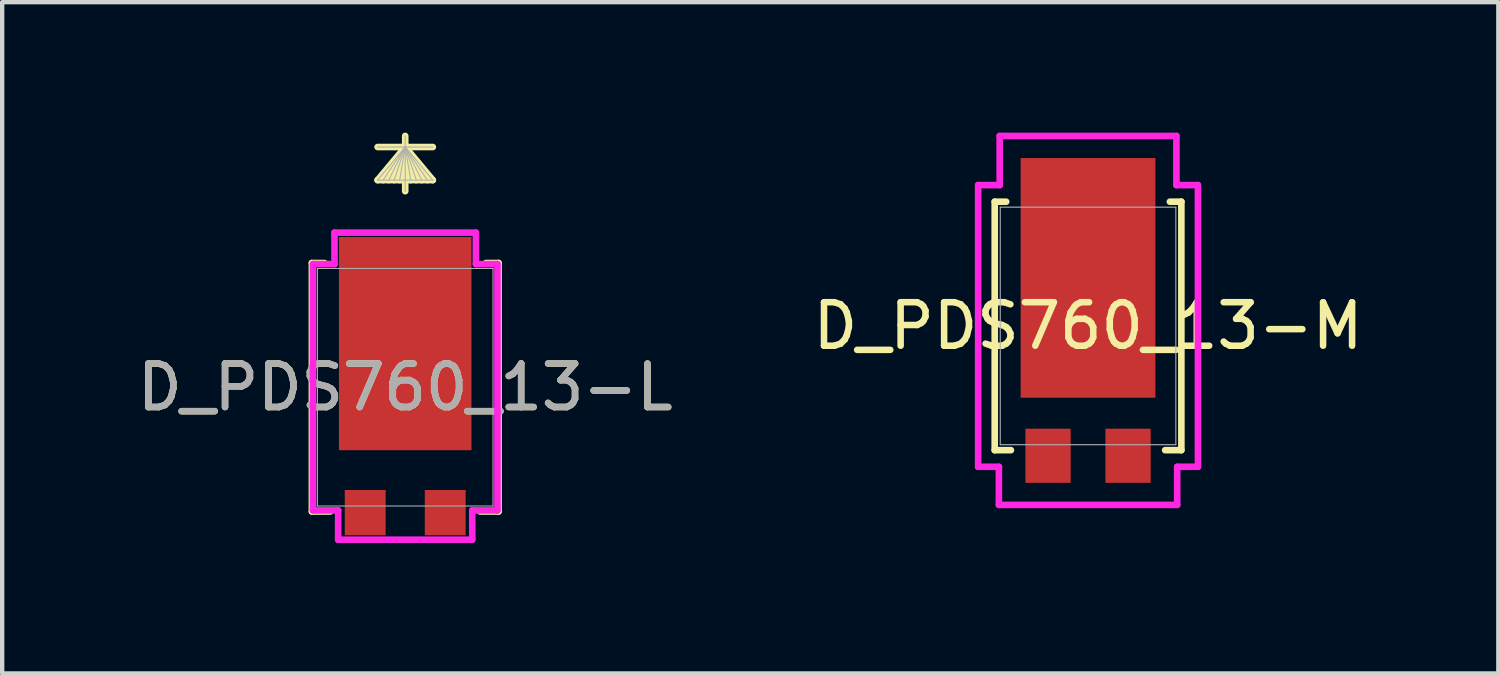
<source format=kicad_pcb>
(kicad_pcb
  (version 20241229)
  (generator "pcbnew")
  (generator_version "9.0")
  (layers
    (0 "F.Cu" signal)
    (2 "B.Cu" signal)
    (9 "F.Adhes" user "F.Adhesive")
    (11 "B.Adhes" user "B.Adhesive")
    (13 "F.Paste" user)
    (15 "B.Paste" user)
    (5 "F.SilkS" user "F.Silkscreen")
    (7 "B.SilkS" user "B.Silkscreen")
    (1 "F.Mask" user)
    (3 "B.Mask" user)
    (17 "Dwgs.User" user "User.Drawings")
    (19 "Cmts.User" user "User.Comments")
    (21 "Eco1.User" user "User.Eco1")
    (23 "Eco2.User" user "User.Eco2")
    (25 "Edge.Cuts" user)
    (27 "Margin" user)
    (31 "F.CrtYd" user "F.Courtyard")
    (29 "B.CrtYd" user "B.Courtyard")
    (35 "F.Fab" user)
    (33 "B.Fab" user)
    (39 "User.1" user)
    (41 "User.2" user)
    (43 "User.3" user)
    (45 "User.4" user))
  (footprint "D_PDS760_13-M"
    (layer "F.Cu")
    (at 21.97 4.445)
    (property "Reference" "D_PDS760_13-M" (at 0 0 0) (unlocked yes) (layer "F.SilkS") (effects (font (size 1 1) (thickness 0.15))))
    (attr smd)
    (fp_line (start -2.146 -2.857) (end -2.146 2.857) (stroke (width 0.152) (type solid)) (layer "F.SilkS"))
    (fp_line (start -2.146 2.857) (end -1.773 2.857) (stroke (width 0.152) (type solid)) (layer "F.SilkS"))
    (fp_line (start -1.882 -2.857) (end -2.146 -2.857) (stroke (width 0.152) (type solid)) (layer "F.SilkS"))
    (fp_line (start 1.773 2.857) (end 2.146 2.857) (stroke (width 0.152) (type solid)) (layer "F.SilkS"))
    (fp_line (start 2.146 -2.857) (end 1.882 -2.857) (stroke (width 0.152) (type solid)) (layer "F.SilkS"))
    (fp_line (start 2.146 2.857) (end 2.146 -2.857) (stroke (width 0.152) (type solid)) (layer "F.SilkS"))
    (fp_line (start -2.527 -3.239) (end -2.032 -3.239) (stroke (width 0.152) (type solid)) (layer "F.CrtYd"))
    (fp_line (start -2.527 3.239) (end -2.527 -3.239) (stroke (width 0.152) (type solid)) (layer "F.CrtYd"))
    (fp_line (start -2.05 3.239) (end -2.527 3.239) (stroke (width 0.152) (type solid)) (layer "F.CrtYd"))
    (fp_line (start -2.05 3.239) (end -2.05 4.115) (stroke (width 0.152) (type solid)) (layer "F.CrtYd"))
    (fp_line (start -2.05 4.115) (end 2.05 4.115) (stroke (width 0.152) (type solid)) (layer "F.CrtYd"))
    (fp_line (start -2.032 -4.369) (end -2.032 -3.239) (stroke (width 0.152) (type solid)) (layer "F.CrtYd"))
    (fp_line (start -2.032 -4.369) (end 2.032 -4.369) (stroke (width 0.152) (type solid)) (layer "F.CrtYd"))
    (fp_line (start 2.032 -4.369) (end 2.032 -3.239) (stroke (width 0.152) (type solid)) (layer "F.CrtYd"))
    (fp_line (start 2.05 3.239) (end 2.05 4.115) (stroke (width 0.152) (type solid)) (layer "F.CrtYd"))
    (fp_line (start 2.527 -3.239) (end 2.032 -3.239) (stroke (width 0.152) (type solid)) (layer "F.CrtYd"))
    (fp_line (start 2.527 -3.239) (end 2.527 3.239) (stroke (width 0.152) (type solid)) (layer "F.CrtYd"))
    (fp_line (start 2.527 3.239) (end 2.05 3.239) (stroke (width 0.152) (type solid)) (layer "F.CrtYd"))
    (fp_line (start -2.019 -2.731) (end -2.019 2.731) (stroke (width 0.025) (type solid)) (layer "F.Fab"))
    (fp_line (start -2.019 2.731) (end 2.019 2.731) (stroke (width 0.025) (type solid)) (layer "F.Fab"))
    (fp_line (start 2.019 -2.731) (end -2.019 -2.731) (stroke (width 0.025) (type solid)) (layer "F.Fab"))
    (fp_line (start 2.019 2.731) (end 2.019 -2.731) (stroke (width 0.025) (type solid)) (layer "F.Fab"))
    (pad "1" smd rect (at 0 -1.105 90) (size 5.512 3.099) (layers "F.Cu" "F.Mask" "F.Paste"))
    (pad "2" smd rect (at -0.92 2.985 90) (size 1.245 1.041) (layers "F.Cu" "F.Mask" "F.Paste"))
    (pad "2" smd rect (at 0.92 2.985 90) (size 1.245 1.041) (layers "F.Cu" "F.Mask" "F.Paste")))
  (footprint "D_PDS760_13-L"
    (layer "F.Cu")
    (at 6.268 5.855)
    (property "Reference" "D_PDS760_13-L" (at 0 0 0) (unlocked yes) (layer "F.SilkS") (effects (font (size 1 1) (thickness 0.15))))
    (attr smd)
    (fp_line (start -2.146 -2.857) (end -2.146 2.857) (stroke (width 0.152) (type solid)) (layer "F.SilkS"))
    (fp_line (start -2.146 2.857) (end -1.723 2.857) (stroke (width 0.152) (type solid)) (layer "F.SilkS"))
    (fp_line (start -1.857 -2.857) (end -2.146 -2.857) (stroke (width 0.152) (type solid)) (layer "F.SilkS"))
    (fp_line (start 0 -5.524) (end -0.635 -4.763) (stroke (width 0.152) (type solid)) (layer "F.SilkS"))
    (fp_line (start 0 -5.524) (end -0.508 -4.763) (stroke (width 0.152) (type solid)) (layer "F.SilkS"))
    (fp_line (start 0 -5.524) (end -0.381 -4.763) (stroke (width 0.152) (type solid)) (layer "F.SilkS"))
    (fp_line (start 0 -5.524) (end -0.254 -4.763) (stroke (width 0.152) (type solid)) (layer "F.SilkS"))
    (fp_line (start 0 -5.524) (end -0.127 -4.763) (stroke (width 0.152) (type solid)) (layer "F.SilkS"))
    (fp_line (start 0 -5.524) (end 0.127 -4.763) (stroke (width 0.152) (type solid)) (layer "F.SilkS"))
    (fp_line (start 0 -5.524) (end 0.254 -4.763) (stroke (width 0.152) (type solid)) (layer "F.SilkS"))
    (fp_line (start 0 -5.524) (end 0.381 -4.763) (stroke (width 0.152) (type solid)) (layer "F.SilkS"))
    (fp_line (start 0 -5.524) (end 0.508 -4.763) (stroke (width 0.152) (type solid)) (layer "F.SilkS"))
    (fp_line (start 0 -5.524) (end 0.635 -4.763) (stroke (width 0.152) (type solid)) (layer "F.SilkS"))
    (fp_line (start 0 -4.508) (end 0 -5.779) (stroke (width 0.152) (type solid)) (layer "F.SilkS"))
    (fp_line (start 0.635 -5.524) (end -0.635 -5.524) (stroke (width 0.152) (type solid)) (layer "F.SilkS"))
    (fp_line (start 0.635 -4.763) (end -0.635 -4.763) (stroke (width 0.152) (type solid)) (layer "F.SilkS"))
    (fp_line (start 1.723 2.857) (end 2.146 2.857) (stroke (width 0.152) (type solid)) (layer "F.SilkS"))
    (fp_line (start 2.146 -2.857) (end 1.857 -2.857) (stroke (width 0.152) (type solid)) (layer "F.SilkS"))
    (fp_line (start 2.146 2.857) (end 2.146 -2.857) (stroke (width 0.152) (type solid)) (layer "F.SilkS"))
    (fp_line (start -2.121 -2.832) (end -1.626 -2.832) (stroke (width 0.152) (type solid)) (layer "F.CrtYd"))
    (fp_line (start -2.121 2.832) (end -2.121 -2.832) (stroke (width 0.152) (type solid)) (layer "F.CrtYd"))
    (fp_line (start -1.626 -3.556) (end -1.626 -2.832) (stroke (width 0.152) (type solid)) (layer "F.CrtYd"))
    (fp_line (start -1.626 -3.556) (end 1.626 -3.556) (stroke (width 0.152) (type solid)) (layer "F.CrtYd"))
    (fp_line (start -1.542 2.832) (end -2.121 2.832) (stroke (width 0.152) (type solid)) (layer "F.CrtYd"))
    (fp_line (start -1.542 2.832) (end -1.542 3.505) (stroke (width 0.152) (type solid)) (layer "F.CrtYd"))
    (fp_line (start -1.542 3.505) (end 1.542 3.505) (stroke (width 0.152) (type solid)) (layer "F.CrtYd"))
    (fp_line (start 1.542 2.832) (end 1.542 3.505) (stroke (width 0.152) (type solid)) (layer "F.CrtYd"))
    (fp_line (start 1.626 -3.556) (end 1.626 -2.832) (stroke (width 0.152) (type solid)) (layer "F.CrtYd"))
    (fp_line (start 2.121 -2.832) (end 1.626 -2.832) (stroke (width 0.152) (type solid)) (layer "F.CrtYd"))
    (fp_line (start 2.121 -2.832) (end 2.121 2.832) (stroke (width 0.152) (type solid)) (layer "F.CrtYd"))
    (fp_line (start 2.121 2.832) (end 1.542 2.832) (stroke (width 0.152) (type solid)) (layer "F.CrtYd"))
    (fp_line (start -2.019 -2.731) (end -2.019 2.731) (stroke (width 0.025) (type solid)) (layer "F.Fab"))
    (fp_line (start -2.019 2.731) (end 2.019 2.731) (stroke (width 0.025) (type solid)) (layer "F.Fab"))
    (fp_line (start 0 -5.524) (end -0.635 -4.763) (stroke (width 0.025) (type solid)) (layer "F.Fab"))
    (fp_line (start 0 -5.524) (end -0.508 -4.763) (stroke (width 0.025) (type solid)) (layer "F.Fab"))
    (fp_line (start 0 -5.524) (end -0.381 -4.763) (stroke (width 0.025) (type solid)) (layer "F.Fab"))
    (fp_line (start 0 -5.524) (end -0.254 -4.763) (stroke (width 0.025) (type solid)) (layer "F.Fab"))
    (fp_line (start 0 -5.524) (end -0.127 -4.763) (stroke (width 0.025) (type solid)) (layer "F.Fab"))
    (fp_line (start 0 -5.524) (end 0.127 -4.763) (stroke (width 0.025) (type solid)) (layer "F.Fab"))
    (fp_line (start 0 -5.524) (end 0.254 -4.763) (stroke (width 0.025) (type solid)) (layer "F.Fab"))
    (fp_line (start 0 -5.524) (end 0.381 -4.763) (stroke (width 0.025) (type solid)) (layer "F.Fab"))
    (fp_line (start 0 -5.524) (end 0.508 -4.763) (stroke (width 0.025) (type solid)) (layer "F.Fab"))
    (fp_line (start 0 -5.524) (end 0.635 -4.763) (stroke (width 0.025) (type solid)) (layer "F.Fab"))
    (fp_line (start 0 -4.508) (end 0 -5.779) (stroke (width 0.025) (type solid)) (layer "F.Fab"))
    (fp_line (start 0.635 -5.524) (end -0.635 -5.524) (stroke (width 0.025) (type solid)) (layer "F.Fab"))
    (fp_line (start 0.635 -4.763) (end -0.635 -4.763) (stroke (width 0.025) (type solid)) (layer "F.Fab"))
    (fp_line (start 2.019 -2.731) (end -2.019 -2.731) (stroke (width 0.025) (type solid)) (layer "F.Fab"))
    (fp_line (start 2.019 2.731) (end 2.019 -2.731) (stroke (width 0.025) (type solid)) (layer "F.Fab"))
    (fp_text user "${REFERENCE}" (at 0 0 0) (unlocked yes) (layer "F.Fab") (effects (font (size 1 1) (thickness 0.15))))
    (pad "1" smd rect (at 0 -1.003 90) (size 4.902 3.048) (layers "F.Cu" "F.Mask" "F.Paste"))
    (pad "2" smd rect (at -0.92 2.883 90) (size 1.041 0.94) (layers "F.Cu" "F.Mask" "F.Paste"))
    (pad "2" smd rect (at 0.92 2.883 90) (size 1.041 0.94) (layers "F.Cu" "F.Mask" "F.Paste")))
  (gr_rect
    (start -3 -3)
    (end 31.405 12.436)
    (stroke (width 0.1) (type default))
    (fill no)
    (layer "Edge.Cuts")))
</source>
